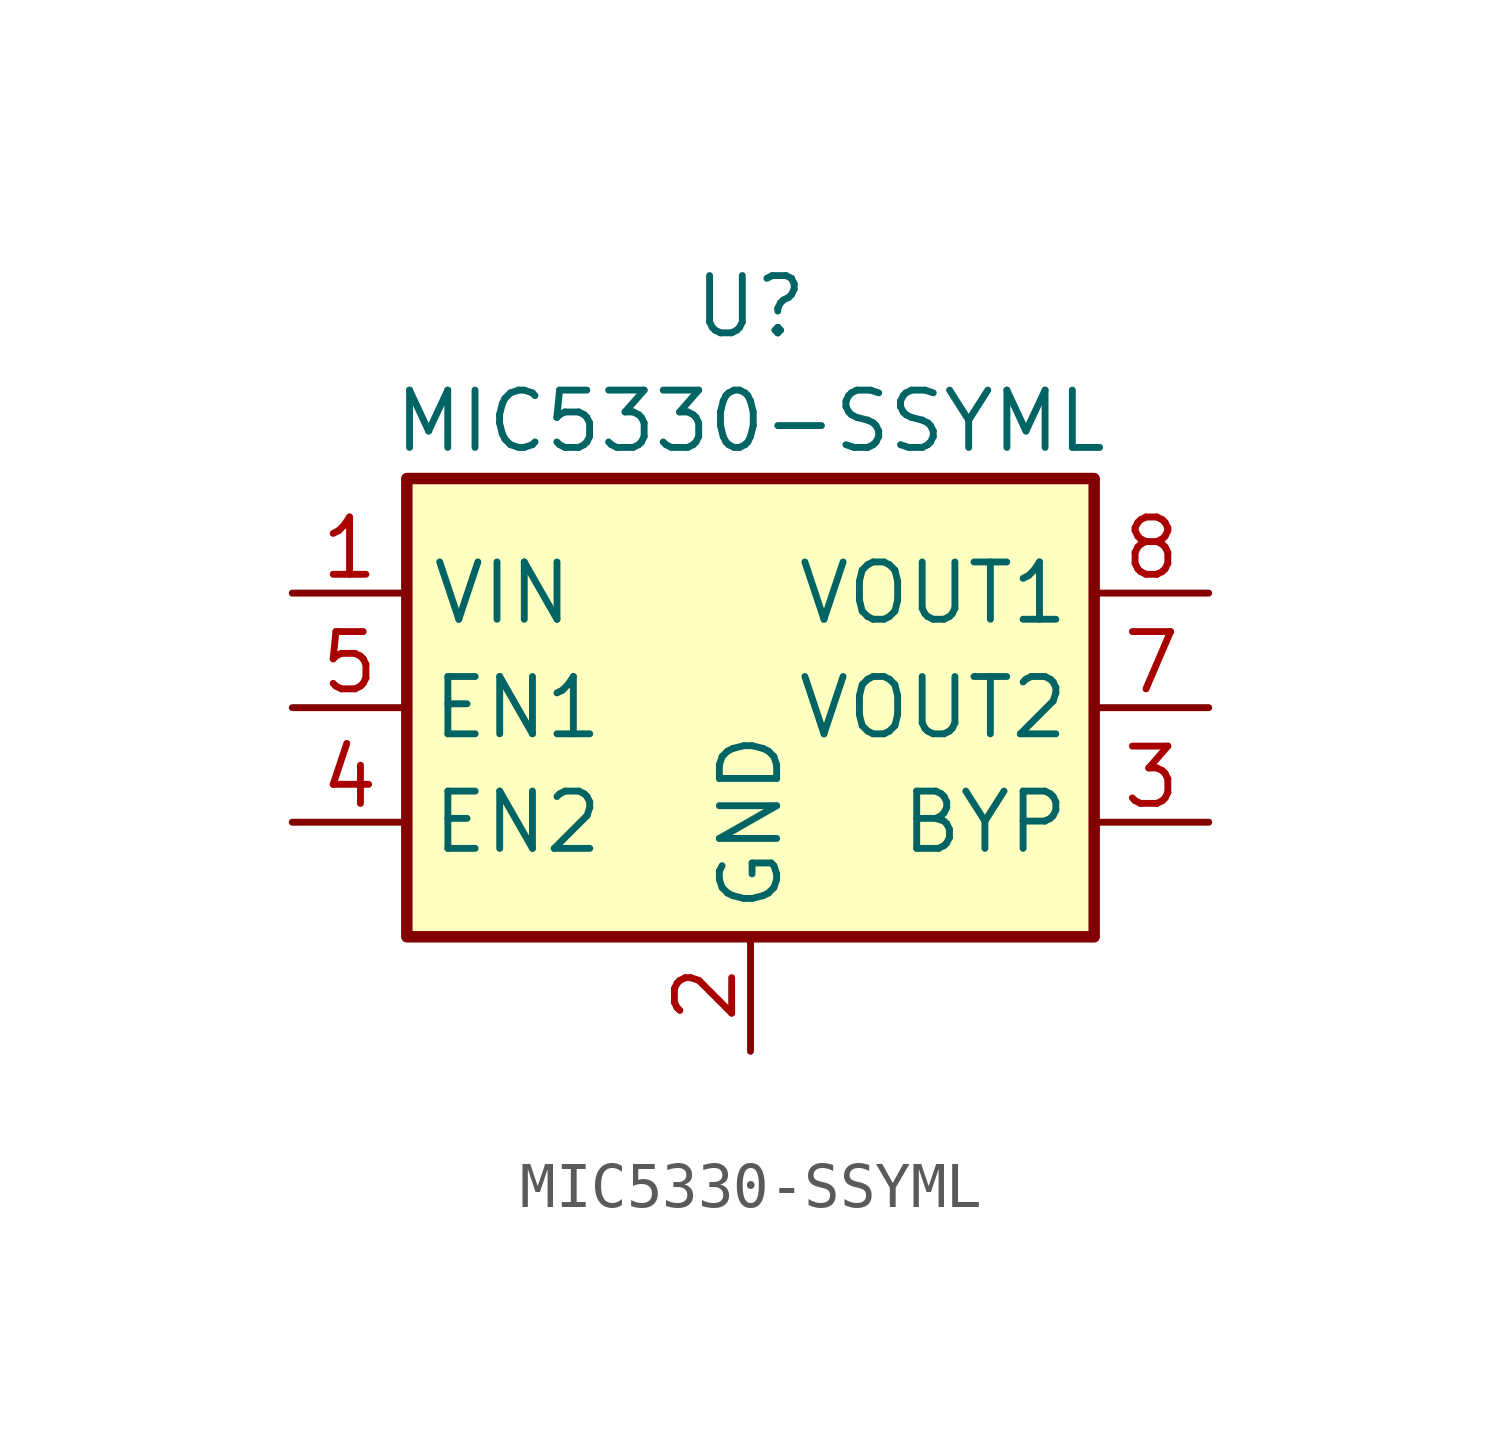
<source format=kicad_sym>
(kicad_symbol_lib
  (version 20211014)
  (generator kicad_symbol_editor)
  (symbol "MIC5330-SSYML"
    (property "Reference" "U"
      (at 0 8.89 0)
      (effects (font (size 1.27 1.27))))
    (property "Value" "MIC5330-SSYML"
      (at 0 6.35 0)
      (effects (font (size 1.27 1.27))))
    (symbol "MIC5330-SSYML_0_1"
      (rectangle (start -7.62 5.08) (end 7.62 -5.08) (stroke (width 0.254) (type default) (color 0 0 0 0)) (fill (type background))))
    (symbol "MIC5330-SSYML_1_1"
      (pin power_in line (at -10.16 2.54 0) (length 2.54) (name "VIN" (effects (font (size 1.27 1.27)))) (number "1" (effects (font (size 1.27 1.27)))))
      (pin power_in line (at 0 -7.62 90) (length 2.54) (name "GND" (effects (font (size 1.27 1.27)))) (number "2" (effects (font (size 1.27 1.27)))))
      (pin passive line (at 10.16 -2.54 180) (length 2.54) (name "BYP" (effects (font (size 1.27 1.27)))) (number "3" (effects (font (size 1.27 1.27)))))
      (pin input line (at -10.16 -2.54 0) (length 2.54) (name "EN2" (effects (font (size 1.27 1.27)))) (number "4" (effects (font (size 1.27 1.27)))))
      (pin input line (at -10.16 0 0) (length 2.54) (name "EN1" (effects (font (size 1.27 1.27)))) (number "5" (effects (font (size 1.27 1.27)))))
      (pin power_out line (at 10.16 0 180) (length 2.54) (name "VOUT2" (effects (font (size 1.27 1.27)))) (number "7" (effects (font (size 1.27 1.27)))))
      (pin power_out line (at 10.16 2.54 180) (length 2.54) (name "VOUT1" (effects (font (size 1.27 1.27)))) (number "8" (effects (font (size 1.27 1.27)))))
      (pin passive line (at 0 -7.62 90) (length 2.54) hide (name "GND" (effects (font (size 1.27 1.27)))) (number "9" (effects (font (size 1.27 1.27))))))))
</source>
